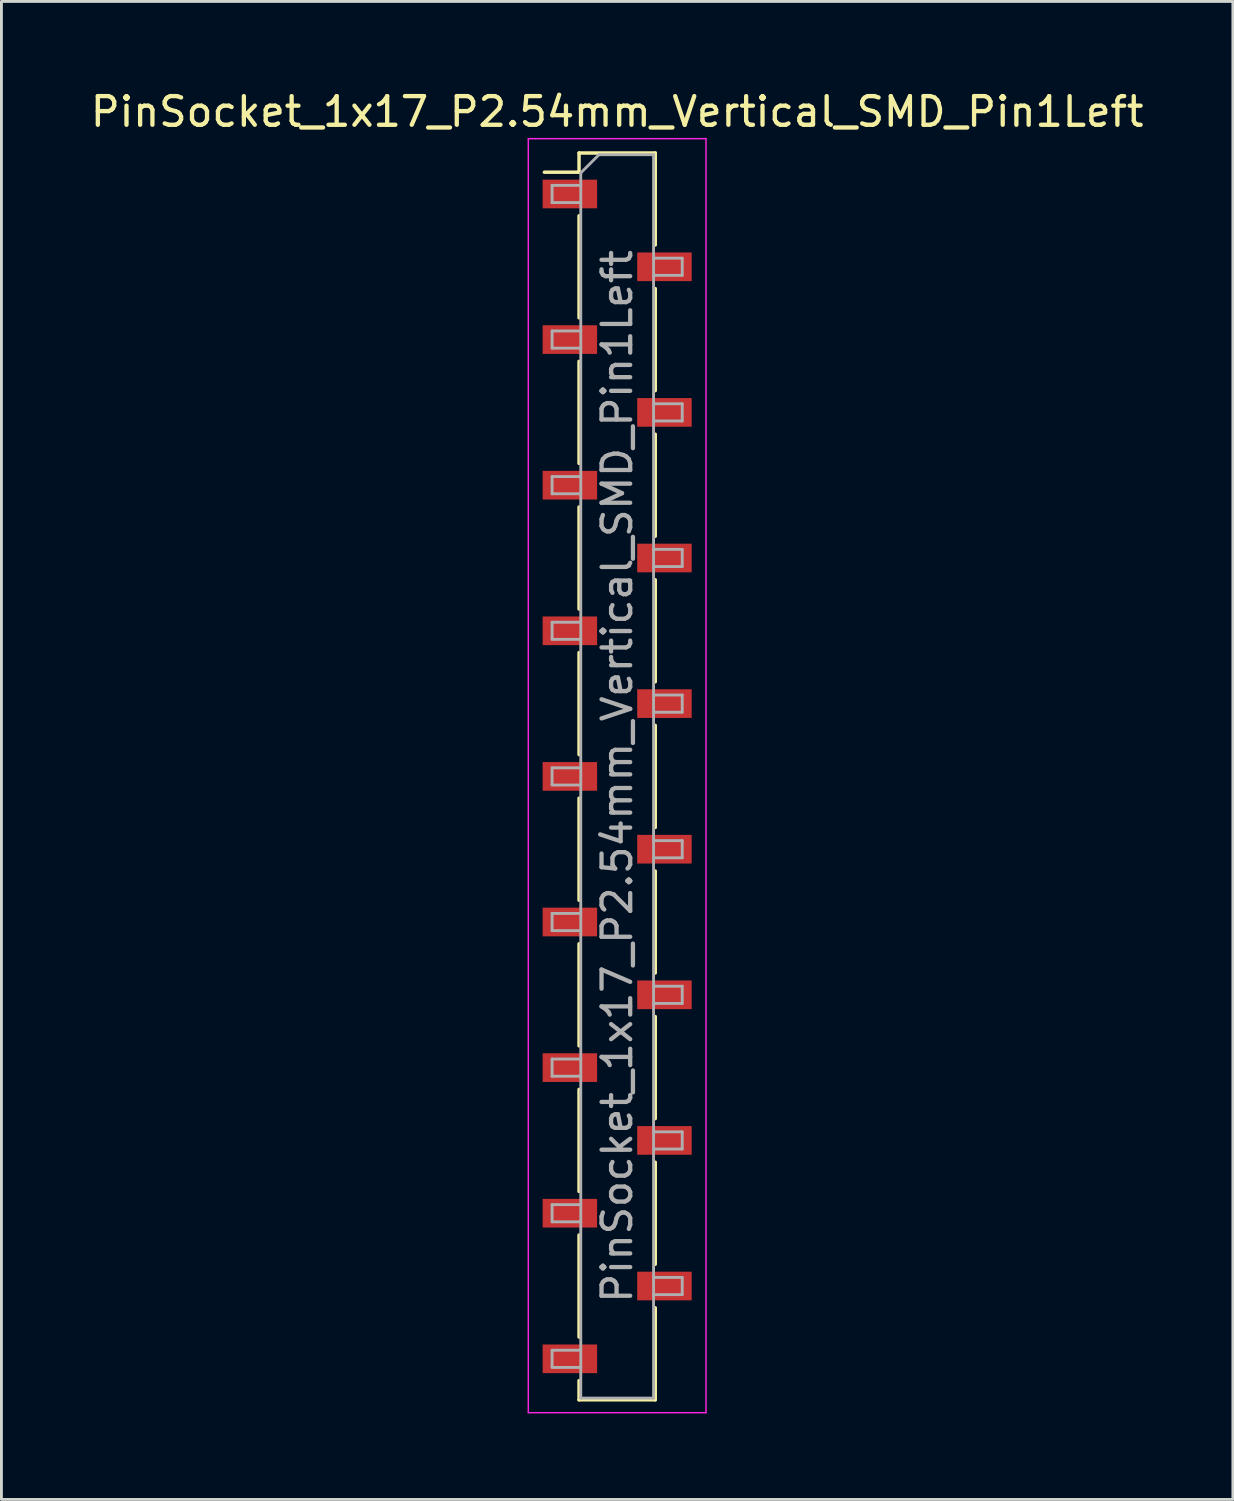
<source format=kicad_pcb>
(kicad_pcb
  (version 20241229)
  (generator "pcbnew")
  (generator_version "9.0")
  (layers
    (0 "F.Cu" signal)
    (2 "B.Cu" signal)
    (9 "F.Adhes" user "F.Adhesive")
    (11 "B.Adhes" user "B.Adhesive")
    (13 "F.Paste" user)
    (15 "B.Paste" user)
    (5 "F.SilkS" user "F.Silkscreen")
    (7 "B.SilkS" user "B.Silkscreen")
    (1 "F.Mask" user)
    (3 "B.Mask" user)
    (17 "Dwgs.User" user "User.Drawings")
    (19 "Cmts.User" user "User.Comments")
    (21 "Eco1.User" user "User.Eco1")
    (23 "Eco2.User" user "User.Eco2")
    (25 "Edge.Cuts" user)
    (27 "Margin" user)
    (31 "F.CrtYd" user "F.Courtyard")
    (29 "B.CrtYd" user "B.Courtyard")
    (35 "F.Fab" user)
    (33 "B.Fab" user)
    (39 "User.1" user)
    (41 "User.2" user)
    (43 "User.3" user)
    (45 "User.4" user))
  (footprint "PinSocket_1x17_P2.54mm_Vertical_SMD_Pin1Left"
    (layer "F.Cu")
    (at 18.482 24.038)
    (property "Reference" "PinSocket_1x17_P2.54mm_Vertical_SMD_Pin1Left" (at 0 -23.19 0) (layer "F.SilkS") (effects (font (size 1 1) (thickness 0.15))))
    (attr smd)
    (fp_line (start -2.54 -21.08) (end -1.33 -21.08) (stroke (width 0.12) (type solid)) (layer "F.SilkS"))
    (fp_line (start -1.33 -21.75) (end -1.33 -21.08) (stroke (width 0.12) (type solid)) (layer "F.SilkS"))
    (fp_line (start -1.33 -21.75) (end 1.33 -21.75) (stroke (width 0.12) (type solid)) (layer "F.SilkS"))
    (fp_line (start -1.33 -19.56) (end -1.33 -16) (stroke (width 0.12) (type solid)) (layer "F.SilkS"))
    (fp_line (start -1.33 -14.48) (end -1.33 -10.92) (stroke (width 0.12) (type solid)) (layer "F.SilkS"))
    (fp_line (start -1.33 -9.4) (end -1.33 -5.84) (stroke (width 0.12) (type solid)) (layer "F.SilkS"))
    (fp_line (start -1.33 -4.32) (end -1.33 -0.76) (stroke (width 0.12) (type solid)) (layer "F.SilkS"))
    (fp_line (start -1.33 0.76) (end -1.33 4.32) (stroke (width 0.12) (type solid)) (layer "F.SilkS"))
    (fp_line (start -1.33 5.84) (end -1.33 9.4) (stroke (width 0.12) (type solid)) (layer "F.SilkS"))
    (fp_line (start -1.33 10.92) (end -1.33 14.48) (stroke (width 0.12) (type solid)) (layer "F.SilkS"))
    (fp_line (start -1.33 16) (end -1.33 19.56) (stroke (width 0.12) (type solid)) (layer "F.SilkS"))
    (fp_line (start -1.33 21.08) (end -1.33 21.75) (stroke (width 0.12) (type solid)) (layer "F.SilkS"))
    (fp_line (start -1.33 21.75) (end 1.33 21.75) (stroke (width 0.12) (type solid)) (layer "F.SilkS"))
    (fp_line (start 1.33 -21.75) (end 1.33 -18.54) (stroke (width 0.12) (type solid)) (layer "F.SilkS"))
    (fp_line (start 1.33 -17.02) (end 1.33 -13.46) (stroke (width 0.12) (type solid)) (layer "F.SilkS"))
    (fp_line (start 1.33 -11.94) (end 1.33 -8.38) (stroke (width 0.12) (type solid)) (layer "F.SilkS"))
    (fp_line (start 1.33 -6.86) (end 1.33 -3.3) (stroke (width 0.12) (type solid)) (layer "F.SilkS"))
    (fp_line (start 1.33 -1.78) (end 1.33 1.78) (stroke (width 0.12) (type solid)) (layer "F.SilkS"))
    (fp_line (start 1.33 3.3) (end 1.33 6.86) (stroke (width 0.12) (type solid)) (layer "F.SilkS"))
    (fp_line (start 1.33 8.38) (end 1.33 11.94) (stroke (width 0.12) (type solid)) (layer "F.SilkS"))
    (fp_line (start 1.33 13.46) (end 1.33 17.02) (stroke (width 0.12) (type solid)) (layer "F.SilkS"))
    (fp_line (start 1.33 18.54) (end 1.33 21.75) (stroke (width 0.12) (type solid)) (layer "F.SilkS"))
    (fp_line (start -3.1 -22.25) (end 3.1 -22.25) (stroke (width 0.05) (type solid)) (layer "F.CrtYd"))
    (fp_line (start -3.1 22.2) (end -3.1 -22.25) (stroke (width 0.05) (type solid)) (layer "F.CrtYd"))
    (fp_line (start 3.1 -22.25) (end 3.1 22.2) (stroke (width 0.05) (type solid)) (layer "F.CrtYd"))
    (fp_line (start 3.1 22.2) (end -3.1 22.2) (stroke (width 0.05) (type solid)) (layer "F.CrtYd"))
    (fp_line (start -2.27 -20.62) (end -1.27 -20.62) (stroke (width 0.1) (type solid)) (layer "F.Fab"))
    (fp_line (start -2.27 -20.02) (end -2.27 -20.62) (stroke (width 0.1) (type solid)) (layer "F.Fab"))
    (fp_line (start -2.27 -15.54) (end -1.27 -15.54) (stroke (width 0.1) (type solid)) (layer "F.Fab"))
    (fp_line (start -2.27 -14.94) (end -2.27 -15.54) (stroke (width 0.1) (type solid)) (layer "F.Fab"))
    (fp_line (start -2.27 -10.46) (end -1.27 -10.46) (stroke (width 0.1) (type solid)) (layer "F.Fab"))
    (fp_line (start -2.27 -9.86) (end -2.27 -10.46) (stroke (width 0.1) (type solid)) (layer "F.Fab"))
    (fp_line (start -2.27 -5.38) (end -1.27 -5.38) (stroke (width 0.1) (type solid)) (layer "F.Fab"))
    (fp_line (start -2.27 -4.78) (end -2.27 -5.38) (stroke (width 0.1) (type solid)) (layer "F.Fab"))
    (fp_line (start -2.27 -0.3) (end -1.27 -0.3) (stroke (width 0.1) (type solid)) (layer "F.Fab"))
    (fp_line (start -2.27 0.3) (end -2.27 -0.3) (stroke (width 0.1) (type solid)) (layer "F.Fab"))
    (fp_line (start -2.27 4.78) (end -1.27 4.78) (stroke (width 0.1) (type solid)) (layer "F.Fab"))
    (fp_line (start -2.27 5.38) (end -2.27 4.78) (stroke (width 0.1) (type solid)) (layer "F.Fab"))
    (fp_line (start -2.27 9.86) (end -1.27 9.86) (stroke (width 0.1) (type solid)) (layer "F.Fab"))
    (fp_line (start -2.27 10.46) (end -2.27 9.86) (stroke (width 0.1) (type solid)) (layer "F.Fab"))
    (fp_line (start -2.27 14.94) (end -1.27 14.94) (stroke (width 0.1) (type solid)) (layer "F.Fab"))
    (fp_line (start -2.27 15.54) (end -2.27 14.94) (stroke (width 0.1) (type solid)) (layer "F.Fab"))
    (fp_line (start -2.27 20.02) (end -1.27 20.02) (stroke (width 0.1) (type solid)) (layer "F.Fab"))
    (fp_line (start -2.27 20.62) (end -2.27 20.02) (stroke (width 0.1) (type solid)) (layer "F.Fab"))
    (fp_line (start -1.27 -21.055) (end -0.635 -21.69) (stroke (width 0.1) (type solid)) (layer "F.Fab"))
    (fp_line (start -1.27 -20.02) (end -2.27 -20.02) (stroke (width 0.1) (type solid)) (layer "F.Fab"))
    (fp_line (start -1.27 -14.94) (end -2.27 -14.94) (stroke (width 0.1) (type solid)) (layer "F.Fab"))
    (fp_line (start -1.27 -9.86) (end -2.27 -9.86) (stroke (width 0.1) (type solid)) (layer "F.Fab"))
    (fp_line (start -1.27 -4.78) (end -2.27 -4.78) (stroke (width 0.1) (type solid)) (layer "F.Fab"))
    (fp_line (start -1.27 0.3) (end -2.27 0.3) (stroke (width 0.1) (type solid)) (layer "F.Fab"))
    (fp_line (start -1.27 5.38) (end -2.27 5.38) (stroke (width 0.1) (type solid)) (layer "F.Fab"))
    (fp_line (start -1.27 10.46) (end -2.27 10.46) (stroke (width 0.1) (type solid)) (layer "F.Fab"))
    (fp_line (start -1.27 15.54) (end -2.27 15.54) (stroke (width 0.1) (type solid)) (layer "F.Fab"))
    (fp_line (start -1.27 20.62) (end -2.27 20.62) (stroke (width 0.1) (type solid)) (layer "F.Fab"))
    (fp_line (start -1.27 21.69) (end -1.27 -21.055) (stroke (width 0.1) (type solid)) (layer "F.Fab"))
    (fp_line (start -0.635 -21.69) (end 1.27 -21.69) (stroke (width 0.1) (type solid)) (layer "F.Fab"))
    (fp_line (start 1.27 -21.69) (end 1.27 21.69) (stroke (width 0.1) (type solid)) (layer "F.Fab"))
    (fp_line (start 1.27 -18.08) (end 2.27 -18.08) (stroke (width 0.1) (type solid)) (layer "F.Fab"))
    (fp_line (start 1.27 -13) (end 2.27 -13) (stroke (width 0.1) (type solid)) (layer "F.Fab"))
    (fp_line (start 1.27 -7.92) (end 2.27 -7.92) (stroke (width 0.1) (type solid)) (layer "F.Fab"))
    (fp_line (start 1.27 -2.84) (end 2.27 -2.84) (stroke (width 0.1) (type solid)) (layer "F.Fab"))
    (fp_line (start 1.27 2.24) (end 2.27 2.24) (stroke (width 0.1) (type solid)) (layer "F.Fab"))
    (fp_line (start 1.27 7.32) (end 2.27 7.32) (stroke (width 0.1) (type solid)) (layer "F.Fab"))
    (fp_line (start 1.27 12.4) (end 2.27 12.4) (stroke (width 0.1) (type solid)) (layer "F.Fab"))
    (fp_line (start 1.27 17.48) (end 2.27 17.48) (stroke (width 0.1) (type solid)) (layer "F.Fab"))
    (fp_line (start 1.27 21.69) (end -1.27 21.69) (stroke (width 0.1) (type solid)) (layer "F.Fab"))
    (fp_line (start 2.27 -18.08) (end 2.27 -17.48) (stroke (width 0.1) (type solid)) (layer "F.Fab"))
    (fp_line (start 2.27 -17.48) (end 1.27 -17.48) (stroke (width 0.1) (type solid)) (layer "F.Fab"))
    (fp_line (start 2.27 -13) (end 2.27 -12.4) (stroke (width 0.1) (type solid)) (layer "F.Fab"))
    (fp_line (start 2.27 -12.4) (end 1.27 -12.4) (stroke (width 0.1) (type solid)) (layer "F.Fab"))
    (fp_line (start 2.27 -7.92) (end 2.27 -7.32) (stroke (width 0.1) (type solid)) (layer "F.Fab"))
    (fp_line (start 2.27 -7.32) (end 1.27 -7.32) (stroke (width 0.1) (type solid)) (layer "F.Fab"))
    (fp_line (start 2.27 -2.84) (end 2.27 -2.24) (stroke (width 0.1) (type solid)) (layer "F.Fab"))
    (fp_line (start 2.27 -2.24) (end 1.27 -2.24) (stroke (width 0.1) (type solid)) (layer "F.Fab"))
    (fp_line (start 2.27 2.24) (end 2.27 2.84) (stroke (width 0.1) (type solid)) (layer "F.Fab"))
    (fp_line (start 2.27 2.84) (end 1.27 2.84) (stroke (width 0.1) (type solid)) (layer "F.Fab"))
    (fp_line (start 2.27 7.32) (end 2.27 7.92) (stroke (width 0.1) (type solid)) (layer "F.Fab"))
    (fp_line (start 2.27 7.92) (end 1.27 7.92) (stroke (width 0.1) (type solid)) (layer "F.Fab"))
    (fp_line (start 2.27 12.4) (end 2.27 13) (stroke (width 0.1) (type solid)) (layer "F.Fab"))
    (fp_line (start 2.27 13) (end 1.27 13) (stroke (width 0.1) (type solid)) (layer "F.Fab"))
    (fp_line (start 2.27 17.48) (end 2.27 18.08) (stroke (width 0.1) (type solid)) (layer "F.Fab"))
    (fp_line (start 2.27 18.08) (end 1.27 18.08) (stroke (width 0.1) (type solid)) (layer "F.Fab"))
    (fp_text user "${REFERENCE}" (at 0 0 90) (layer "F.Fab") (effects (font (size 1 1) (thickness 0.15))))
    (pad "1" smd rect (at -1.65 -20.32) (size 1.9 1) (layers "F.Cu" "F.Mask" "F.Paste"))
    (pad "2" smd rect (at 1.65 -17.78) (size 1.9 1) (layers "F.Cu" "F.Mask" "F.Paste"))
    (pad "3" smd rect (at -1.65 -15.24) (size 1.9 1) (layers "F.Cu" "F.Mask" "F.Paste"))
    (pad "4" smd rect (at 1.65 -12.7) (size 1.9 1) (layers "F.Cu" "F.Mask" "F.Paste"))
    (pad "5" smd rect (at -1.65 -10.16) (size 1.9 1) (layers "F.Cu" "F.Mask" "F.Paste"))
    (pad "6" smd rect (at 1.65 -7.62) (size 1.9 1) (layers "F.Cu" "F.Mask" "F.Paste"))
    (pad "7" smd rect (at -1.65 -5.08) (size 1.9 1) (layers "F.Cu" "F.Mask" "F.Paste"))
    (pad "8" smd rect (at 1.65 -2.54) (size 1.9 1) (layers "F.Cu" "F.Mask" "F.Paste"))
    (pad "9" smd rect (at -1.65 0) (size 1.9 1) (layers "F.Cu" "F.Mask" "F.Paste"))
    (pad "10" smd rect (at 1.65 2.54) (size 1.9 1) (layers "F.Cu" "F.Mask" "F.Paste"))
    (pad "11" smd rect (at -1.65 5.08) (size 1.9 1) (layers "F.Cu" "F.Mask" "F.Paste"))
    (pad "12" smd rect (at 1.65 7.62) (size 1.9 1) (layers "F.Cu" "F.Mask" "F.Paste"))
    (pad "13" smd rect (at -1.65 10.16) (size 1.9 1) (layers "F.Cu" "F.Mask" "F.Paste"))
    (pad "14" smd rect (at 1.65 12.7) (size 1.9 1) (layers "F.Cu" "F.Mask" "F.Paste"))
    (pad "15" smd rect (at -1.65 15.24) (size 1.9 1) (layers "F.Cu" "F.Mask" "F.Paste"))
    (pad "16" smd rect (at 1.65 17.78) (size 1.9 1) (layers "F.Cu" "F.Mask" "F.Paste"))
    (pad "17" smd rect (at -1.65 20.32) (size 1.9 1) (layers "F.Cu" "F.Mask" "F.Paste")))
  (gr_rect
    (start -3 -3)
    (end 39.964 49.263)
    (stroke (width 0.1) (type default))
    (fill no)
    (layer "Edge.Cuts")))
</source>
